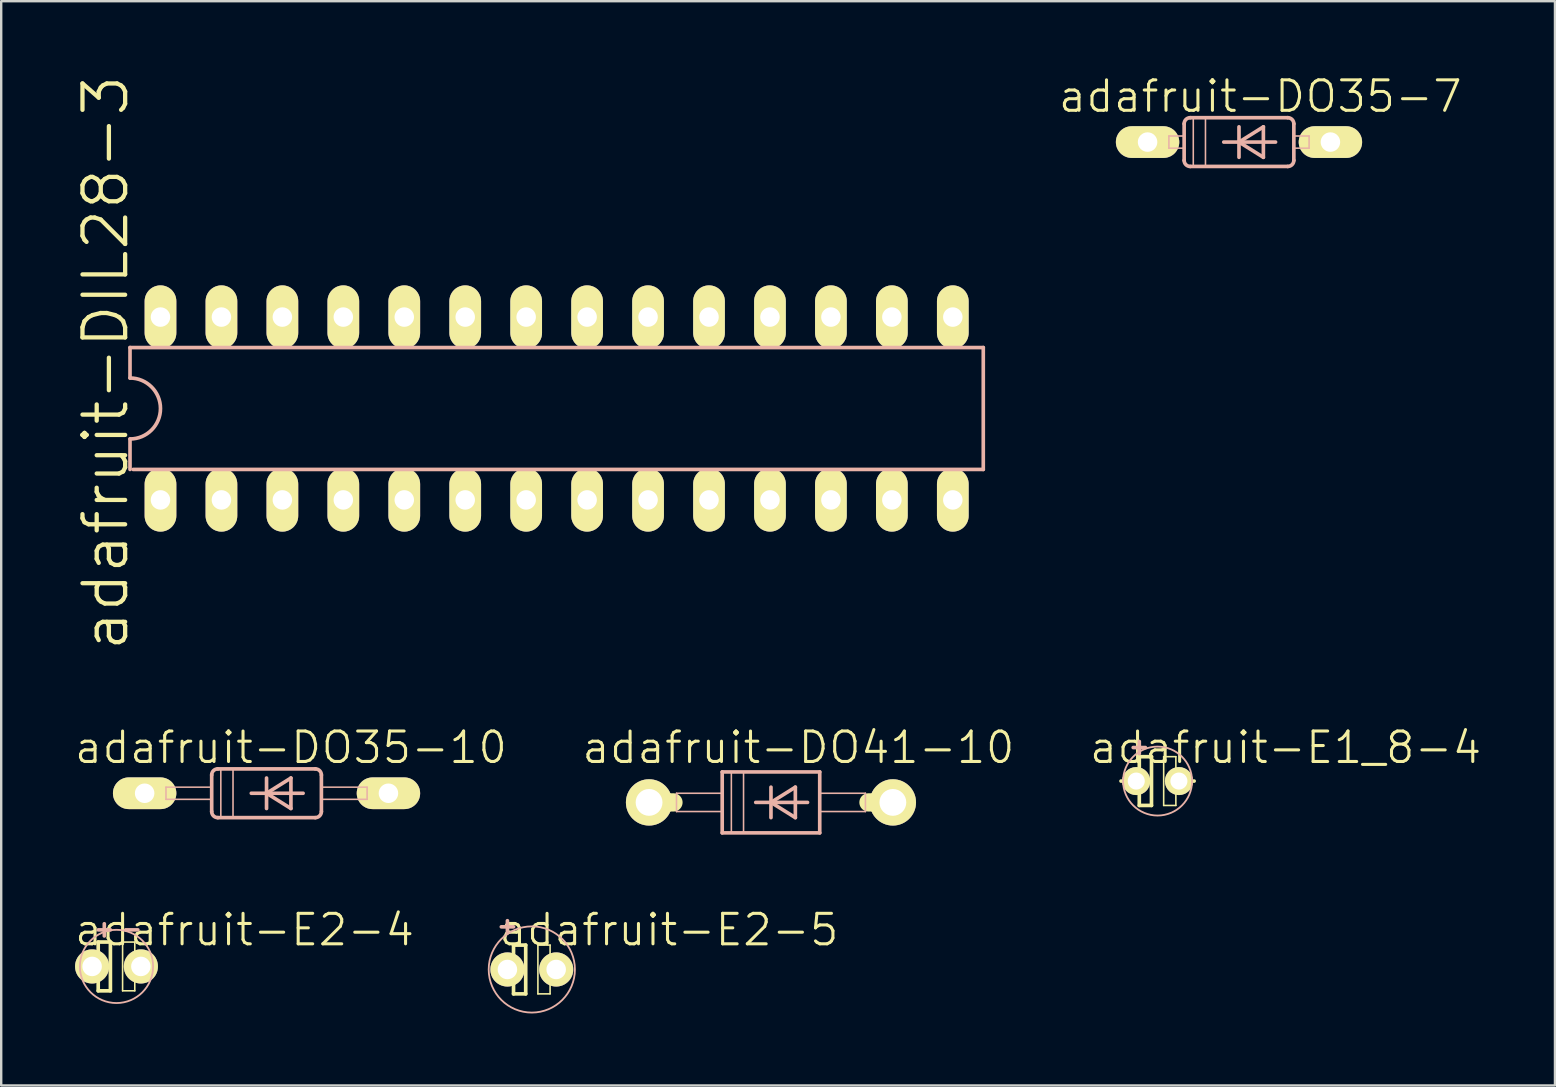
<source format=kicad_pcb>
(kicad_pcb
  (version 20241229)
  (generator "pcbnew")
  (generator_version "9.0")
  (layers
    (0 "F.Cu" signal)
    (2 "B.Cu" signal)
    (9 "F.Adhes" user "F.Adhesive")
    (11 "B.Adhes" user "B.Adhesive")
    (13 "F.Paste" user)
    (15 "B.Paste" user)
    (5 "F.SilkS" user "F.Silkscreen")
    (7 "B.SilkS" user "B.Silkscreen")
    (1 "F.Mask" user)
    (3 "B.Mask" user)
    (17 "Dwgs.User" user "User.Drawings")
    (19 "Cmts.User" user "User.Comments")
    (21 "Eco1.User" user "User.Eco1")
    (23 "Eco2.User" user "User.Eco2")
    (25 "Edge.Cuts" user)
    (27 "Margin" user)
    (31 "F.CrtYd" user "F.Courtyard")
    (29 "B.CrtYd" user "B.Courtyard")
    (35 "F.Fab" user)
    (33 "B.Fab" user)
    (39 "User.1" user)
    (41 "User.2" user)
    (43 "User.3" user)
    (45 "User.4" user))
  (footprint "adafruit-E2-5"
    (layer "F.Cu")
    (at 19.113 37.353)
    (property "Reference" "adafruit-E2-5" (at 5.715 -1.651 0) (layer "F.SilkS") (effects (font (size 1.27 1.27) (thickness 0.127))))
    (attr exclude_from_pos_files exclude_from_bom)
    (fp_line (start -1.524 0) (end -0.762 0) (stroke (width 0.152) (type solid)) (layer "F.SilkS"))
    (fp_line (start -0.762 -1.016) (end -0.762 0) (stroke (width 0.152) (type solid)) (layer "F.SilkS"))
    (fp_line (start -0.762 0) (end -0.762 1.016) (stroke (width 0.152) (type solid)) (layer "F.SilkS"))
    (fp_line (start -0.762 1.016) (end -0.254 1.016) (stroke (width 0.152) (type solid)) (layer "F.SilkS"))
    (fp_line (start -0.254 -1.016) (end -0.762 -1.016) (stroke (width 0.152) (type solid)) (layer "F.SilkS"))
    (fp_line (start -0.254 1.016) (end -0.254 -1.016) (stroke (width 0.152) (type solid)) (layer "F.SilkS"))
    (fp_line (start 0.254 -1.016) (end 0.762 -1.016) (stroke (width 0.066) (type solid)) (layer "F.SilkS"))
    (fp_line (start 0.254 1.016) (end 0.254 -1.016) (stroke (width 0.066) (type solid)) (layer "F.SilkS"))
    (fp_line (start 0.254 1.016) (end 0.762 1.016) (stroke (width 0.066) (type solid)) (layer "F.SilkS"))
    (fp_line (start 0.635 0) (end 1.524 0) (stroke (width 0.152) (type solid)) (layer "F.SilkS"))
    (fp_line (start 0.762 1.016) (end 0.762 -1.016) (stroke (width 0.066) (type solid)) (layer "F.SilkS"))
    (fp_line (start -1.27 -1.778) (end -0.762 -1.778) (stroke (width 0.152) (type solid)) (layer "B.SilkS"))
    (fp_line (start -1.016 -1.524) (end -1.016 -2.032) (stroke (width 0.152) (type solid)) (layer "B.SilkS"))
    (fp_circle (center 0 0) (end -1.27 1.27) (stroke (width 0.076) (type solid)) (fill no) (layer "B.SilkS"))
    (pad "+" thru_hole circle (at -1.016 0) (size 1.422 1.422) (drill 0.813) (layers "*.Cu" "F.Mask" "F.SilkS" "F.Paste"))
    (pad "-" thru_hole circle (at 1.016 0) (size 1.422 1.422) (drill 0.813) (layers "*.Cu" "F.Mask" "F.SilkS" "F.Paste")))
  (footprint "adafruit-E2-4"
    (layer "F.Cu")
    (at 1.805 37.226)
    (property "Reference" "adafruit-E2-4" (at 5.334 -1.524 0) (layer "F.SilkS") (effects (font (size 1.27 1.27) (thickness 0.127))))
    (attr exclude_from_pos_files exclude_from_bom)
    (fp_line (start -1.524 0) (end -0.762 0) (stroke (width 0.152) (type solid)) (layer "F.SilkS"))
    (fp_line (start -0.762 -1.016) (end -0.762 0) (stroke (width 0.152) (type solid)) (layer "F.SilkS"))
    (fp_line (start -0.762 0) (end -0.762 1.016) (stroke (width 0.152) (type solid)) (layer "F.SilkS"))
    (fp_line (start -0.762 1.016) (end -0.254 1.016) (stroke (width 0.152) (type solid)) (layer "F.SilkS"))
    (fp_line (start -0.254 -1.016) (end -0.762 -1.016) (stroke (width 0.152) (type solid)) (layer "F.SilkS"))
    (fp_line (start -0.254 1.016) (end -0.254 -1.016) (stroke (width 0.152) (type solid)) (layer "F.SilkS"))
    (fp_line (start 0.254 -1.016) (end 0.762 -1.016) (stroke (width 0.066) (type solid)) (layer "F.SilkS"))
    (fp_line (start 0.254 1.016) (end 0.254 -1.016) (stroke (width 0.066) (type solid)) (layer "F.SilkS"))
    (fp_line (start 0.254 1.016) (end 0.762 1.016) (stroke (width 0.066) (type solid)) (layer "F.SilkS"))
    (fp_line (start 0.635 0) (end 1.524 0) (stroke (width 0.152) (type solid)) (layer "F.SilkS"))
    (fp_line (start 0.762 1.016) (end 0.762 -1.016) (stroke (width 0.066) (type solid)) (layer "F.SilkS"))
    (fp_line (start -0.762 -1.524) (end -0.254 -1.524) (stroke (width 0.152) (type solid)) (layer "B.SilkS"))
    (fp_line (start -0.508 -1.27) (end -0.508 -1.778) (stroke (width 0.152) (type solid)) (layer "B.SilkS"))
    (fp_line (start 0.381 -1.524) (end 0.889 -1.524) (stroke (width 0.152) (type solid)) (layer "B.SilkS"))
    (fp_circle (center 0 0) (end -1.079 1.079) (stroke (width 0.076) (type solid)) (fill no) (layer "B.SilkS"))
    (pad "+" thru_hole circle (at -1.016 0) (size 1.422 1.422) (drill 0.813) (layers "*.Cu" "F.Mask" "F.SilkS" "F.Paste"))
    (pad "-" thru_hole circle (at 1.016 0) (size 1.422 1.422) (drill 0.813) (layers "*.Cu" "F.Mask" "F.SilkS" "F.Paste")))
  (footprint "adafruit-DO35-10"
    (layer "F.Cu")
    (at 8.058 30.009)
    (property "Reference" "adafruit-DO35-10" (at 1.016 -1.905 0) (layer "F.SilkS") (effects (font (size 1.27 1.27) (thickness 0.127))))
    (attr exclude_from_pos_files exclude_from_bom)
    (fp_line (start -5.08 0) (end -4.191 0) (stroke (width 0.508) (type solid)) (layer "F.SilkS"))
    (fp_line (start 5.08 0) (end 4.191 0) (stroke (width 0.508) (type solid)) (layer "F.SilkS"))
    (fp_line (start -4.191 -0.254) (end -2.286 -0.254) (stroke (width 0.066) (type solid)) (layer "B.SilkS"))
    (fp_line (start -4.191 0.254) (end -4.191 -0.254) (stroke (width 0.066) (type solid)) (layer "B.SilkS"))
    (fp_line (start -4.191 0.254) (end -2.286 0.254) (stroke (width 0.066) (type solid)) (layer "B.SilkS"))
    (fp_line (start -2.286 -0.762) (end -2.286 0.762) (stroke (width 0.152) (type solid)) (layer "B.SilkS"))
    (fp_line (start -2.286 0.254) (end -2.286 -0.254) (stroke (width 0.066) (type solid)) (layer "B.SilkS"))
    (fp_line (start -2.032 -1.016) (end 2.032 -1.016) (stroke (width 0.152) (type solid)) (layer "B.SilkS"))
    (fp_line (start -2.032 1.016) (end 2.032 1.016) (stroke (width 0.152) (type solid)) (layer "B.SilkS"))
    (fp_line (start -1.905 -1.016) (end -1.397 -1.016) (stroke (width 0.066) (type solid)) (layer "B.SilkS"))
    (fp_line (start -1.905 1.016) (end -1.905 -1.016) (stroke (width 0.066) (type solid)) (layer "B.SilkS"))
    (fp_line (start -1.905 1.016) (end -1.397 1.016) (stroke (width 0.066) (type solid)) (layer "B.SilkS"))
    (fp_line (start -1.397 1.016) (end -1.397 -1.016) (stroke (width 0.066) (type solid)) (layer "B.SilkS"))
    (fp_line (start -0.635 0) (end 0 0) (stroke (width 0.152) (type solid)) (layer "B.SilkS"))
    (fp_line (start 0 -0.635) (end 0 0) (stroke (width 0.152) (type solid)) (layer "B.SilkS"))
    (fp_line (start 0 0) (end 0 0.635) (stroke (width 0.152) (type solid)) (layer "B.SilkS"))
    (fp_line (start 0 0) (end 1.016 -0.635) (stroke (width 0.152) (type solid)) (layer "B.SilkS"))
    (fp_line (start 0 0) (end 1.524 0) (stroke (width 0.152) (type solid)) (layer "B.SilkS"))
    (fp_line (start 1.016 -0.635) (end 1.016 0.635) (stroke (width 0.152) (type solid)) (layer "B.SilkS"))
    (fp_line (start 1.016 0.635) (end 0 0) (stroke (width 0.152) (type solid)) (layer "B.SilkS"))
    (fp_line (start 2.286 -0.254) (end 4.191 -0.254) (stroke (width 0.066) (type solid)) (layer "B.SilkS"))
    (fp_line (start 2.286 0.254) (end 2.286 -0.254) (stroke (width 0.066) (type solid)) (layer "B.SilkS"))
    (fp_line (start 2.286 0.254) (end 4.191 0.254) (stroke (width 0.066) (type solid)) (layer "B.SilkS"))
    (fp_line (start 2.286 0.762) (end 2.286 -0.762) (stroke (width 0.152) (type solid)) (layer "B.SilkS"))
    (fp_line (start 4.191 0.254) (end 4.191 -0.254) (stroke (width 0.066) (type solid)) (layer "B.SilkS"))
    (fp_arc (start -2.286 -0.762) (mid -2.211605 -0.941605) (end -2.032 -1.016) (stroke (width 0.1524) (type solid)) (layer "B.SilkS"))
    (fp_arc (start -2.032 1.016) (mid -2.211605 0.941605) (end -2.286 0.762) (stroke (width 0.1524) (type solid)) (layer "B.SilkS"))
    (fp_arc (start 2.032 -1.016) (mid 2.211605 -0.941605) (end 2.286 -0.762) (stroke (width 0.1524) (type solid)) (layer "B.SilkS"))
    (fp_arc (start 2.286 0.762) (mid 2.211605 0.941605) (end 2.032 1.016) (stroke (width 0.1524) (type solid)) (layer "B.SilkS"))
    (pad "A" thru_hole oval (at 5.08 0 90) (size 1.321 2.642) (drill 0.813) (layers "*.Cu" "F.Mask" "F.SilkS" "F.Paste"))
    (pad "C" thru_hole oval (at -5.08 0 90) (size 1.321 2.642) (drill 0.813) (layers "*.Cu" "F.Mask" "F.SilkS" "F.Paste")))
  (footprint "adafruit-DIL28-3"
    (layer "F.Cu")
    (at 20.148 13.974)
    (property "Reference" "adafruit-DIL28-3" (at -18.796 -1.905 90) (layer "F.SilkS") (effects (font (size 1.778 1.778) (thickness 0.178))))
    (attr exclude_from_pos_files exclude_from_bom)
    (fp_line (start -17.78 -2.54) (end -17.78 -1.27) (stroke (width 0.152) (type solid)) (layer "B.SilkS"))
    (fp_line (start -17.78 -2.54) (end 17.78 -2.54) (stroke (width 0.152) (type solid)) (layer "B.SilkS"))
    (fp_line (start -17.78 1.27) (end -17.78 2.54) (stroke (width 0.152) (type solid)) (layer "B.SilkS"))
    (fp_line (start -17.65 2.54) (end 17.78 2.54) (stroke (width 0.152) (type solid)) (layer "B.SilkS"))
    (fp_line (start 17.78 2.54) (end 17.78 -2.54) (stroke (width 0.152) (type solid)) (layer "B.SilkS"))
    (fp_arc (start -17.78 -1.27) (mid -16.51 0) (end -17.78 1.27) (stroke (width 0.1524) (type solid)) (layer "B.SilkS"))
    (pad "1" thru_hole oval (at -16.51 3.81 180) (size 1.321 2.642) (drill 0.813) (layers "*.Cu" "F.Mask" "F.SilkS" "F.Paste"))
    (pad "2" thru_hole oval (at -13.97 3.81 180) (size 1.321 2.642) (drill 0.813) (layers "*.Cu" "F.Mask" "F.SilkS" "F.Paste"))
    (pad "3" thru_hole oval (at -11.43 3.81 180) (size 1.321 2.642) (drill 0.813) (layers "*.Cu" "F.Mask" "F.SilkS" "F.Paste"))
    (pad "4" thru_hole oval (at -8.89 3.81 180) (size 1.321 2.642) (drill 0.813) (layers "*.Cu" "F.Mask" "F.SilkS" "F.Paste"))
    (pad "5" thru_hole oval (at -6.35 3.81 180) (size 1.321 2.642) (drill 0.813) (layers "*.Cu" "F.Mask" "F.SilkS" "F.Paste"))
    (pad "6" thru_hole oval (at -3.81 3.81 180) (size 1.321 2.642) (drill 0.813) (layers "*.Cu" "F.Mask" "F.SilkS" "F.Paste"))
    (pad "7" thru_hole oval (at -1.27 3.81 180) (size 1.321 2.642) (drill 0.813) (layers "*.Cu" "F.Mask" "F.SilkS" "F.Paste"))
    (pad "8" thru_hole oval (at 1.27 3.81 180) (size 1.321 2.642) (drill 0.813) (layers "*.Cu" "F.Mask" "F.SilkS" "F.Paste"))
    (pad "9" thru_hole oval (at 3.81 3.81 180) (size 1.321 2.642) (drill 0.813) (layers "*.Cu" "F.Mask" "F.SilkS" "F.Paste"))
    (pad "10" thru_hole oval (at 6.35 3.81 180) (size 1.321 2.642) (drill 0.813) (layers "*.Cu" "F.Mask" "F.SilkS" "F.Paste"))
    (pad "11" thru_hole oval (at 8.89 3.81 180) (size 1.321 2.642) (drill 0.813) (layers "*.Cu" "F.Mask" "F.SilkS" "F.Paste"))
    (pad "12" thru_hole oval (at 11.43 3.81 180) (size 1.321 2.642) (drill 0.813) (layers "*.Cu" "F.Mask" "F.SilkS" "F.Paste"))
    (pad "13" thru_hole oval (at 13.97 3.81 180) (size 1.321 2.642) (drill 0.813) (layers "*.Cu" "F.Mask" "F.SilkS" "F.Paste"))
    (pad "14" thru_hole oval (at 16.51 3.81 180) (size 1.321 2.642) (drill 0.813) (layers "*.Cu" "F.Mask" "F.SilkS" "F.Paste"))
    (pad "15" thru_hole oval (at 16.51 -3.81 180) (size 1.321 2.642) (drill 0.813) (layers "*.Cu" "F.Mask" "F.SilkS" "F.Paste"))
    (pad "16" thru_hole oval (at 13.97 -3.81 180) (size 1.321 2.642) (drill 0.813) (layers "*.Cu" "F.Mask" "F.SilkS" "F.Paste"))
    (pad "17" thru_hole oval (at 11.43 -3.81 180) (size 1.321 2.642) (drill 0.813) (layers "*.Cu" "F.Mask" "F.SilkS" "F.Paste"))
    (pad "18" thru_hole oval (at 8.89 -3.81 180) (size 1.321 2.642) (drill 0.813) (layers "*.Cu" "F.Mask" "F.SilkS" "F.Paste"))
    (pad "19" thru_hole oval (at 6.35 -3.81 180) (size 1.321 2.642) (drill 0.813) (layers "*.Cu" "F.Mask" "F.SilkS" "F.Paste"))
    (pad "20" thru_hole oval (at 3.81 -3.81 180) (size 1.321 2.642) (drill 0.813) (layers "*.Cu" "F.Mask" "F.SilkS" "F.Paste"))
    (pad "21" thru_hole oval (at 1.27 -3.81 180) (size 1.321 2.642) (drill 0.813) (layers "*.Cu" "F.Mask" "F.SilkS" "F.Paste"))
    (pad "22" thru_hole oval (at -1.27 -3.81 180) (size 1.321 2.642) (drill 0.813) (layers "*.Cu" "F.Mask" "F.SilkS" "F.Paste"))
    (pad "23" thru_hole oval (at -3.81 -3.81 180) (size 1.321 2.642) (drill 0.813) (layers "*.Cu" "F.Mask" "F.SilkS" "F.Paste"))
    (pad "24" thru_hole oval (at -6.35 -3.81 180) (size 1.321 2.642) (drill 0.813) (layers "*.Cu" "F.Mask" "F.SilkS" "F.Paste"))
    (pad "25" thru_hole oval (at -8.89 -3.81 180) (size 1.321 2.642) (drill 0.813) (layers "*.Cu" "F.Mask" "F.SilkS" "F.Paste"))
    (pad "26" thru_hole oval (at -11.43 -3.81 180) (size 1.321 2.642) (drill 0.813) (layers "*.Cu" "F.Mask" "F.SilkS" "F.Paste"))
    (pad "27" thru_hole oval (at -13.97 -3.81 180) (size 1.321 2.642) (drill 0.813) (layers "*.Cu" "F.Mask" "F.SilkS" "F.Paste"))
    (pad "28" thru_hole oval (at -16.51 -3.81 180) (size 1.321 2.642) (drill 0.813) (layers "*.Cu" "F.Mask" "F.SilkS" "F.Paste")))
  (footprint "adafruit-DO35-7"
    (layer "F.Cu")
    (at 48.585 2.871)
    (property "Reference" "adafruit-DO35-7" (at 0.889 -1.905 0) (layer "F.SilkS") (effects (font (size 1.27 1.27) (thickness 0.127))))
    (attr exclude_from_pos_files exclude_from_bom)
    (fp_line (start -3.81 0) (end -2.921 0) (stroke (width 0.508) (type solid)) (layer "F.SilkS"))
    (fp_line (start 3.81 0) (end 2.921 0) (stroke (width 0.508) (type solid)) (layer "F.SilkS"))
    (fp_line (start -2.921 -0.254) (end -2.286 -0.254) (stroke (width 0.066) (type solid)) (layer "B.SilkS"))
    (fp_line (start -2.921 0.254) (end -2.921 -0.254) (stroke (width 0.066) (type solid)) (layer "B.SilkS"))
    (fp_line (start -2.921 0.254) (end -2.286 0.254) (stroke (width 0.066) (type solid)) (layer "B.SilkS"))
    (fp_line (start -2.286 -0.762) (end -2.286 0.762) (stroke (width 0.152) (type solid)) (layer "B.SilkS"))
    (fp_line (start -2.286 0.254) (end -2.286 -0.254) (stroke (width 0.066) (type solid)) (layer "B.SilkS"))
    (fp_line (start -2.032 -1.016) (end 2.032 -1.016) (stroke (width 0.152) (type solid)) (layer "B.SilkS"))
    (fp_line (start -2.032 1.016) (end 2.032 1.016) (stroke (width 0.152) (type solid)) (layer "B.SilkS"))
    (fp_line (start -1.905 -1.016) (end -1.397 -1.016) (stroke (width 0.066) (type solid)) (layer "B.SilkS"))
    (fp_line (start -1.905 1.016) (end -1.905 -1.016) (stroke (width 0.066) (type solid)) (layer "B.SilkS"))
    (fp_line (start -1.905 1.016) (end -1.397 1.016) (stroke (width 0.066) (type solid)) (layer "B.SilkS"))
    (fp_line (start -1.397 1.016) (end -1.397 -1.016) (stroke (width 0.066) (type solid)) (layer "B.SilkS"))
    (fp_line (start -0.635 0) (end 0 0) (stroke (width 0.152) (type solid)) (layer "B.SilkS"))
    (fp_line (start 0 -0.635) (end 0 0) (stroke (width 0.152) (type solid)) (layer "B.SilkS"))
    (fp_line (start 0 0) (end 0 0.635) (stroke (width 0.152) (type solid)) (layer "B.SilkS"))
    (fp_line (start 0 0) (end 1.016 -0.635) (stroke (width 0.152) (type solid)) (layer "B.SilkS"))
    (fp_line (start 0 0) (end 1.524 0) (stroke (width 0.152) (type solid)) (layer "B.SilkS"))
    (fp_line (start 1.016 -0.635) (end 1.016 0.635) (stroke (width 0.152) (type solid)) (layer "B.SilkS"))
    (fp_line (start 1.016 0.635) (end 0 0) (stroke (width 0.152) (type solid)) (layer "B.SilkS"))
    (fp_line (start 2.286 -0.762) (end 2.286 0.762) (stroke (width 0.152) (type solid)) (layer "B.SilkS"))
    (fp_line (start 2.286 -0.254) (end 2.921 -0.254) (stroke (width 0.066) (type solid)) (layer "B.SilkS"))
    (fp_line (start 2.286 0.254) (end 2.286 -0.254) (stroke (width 0.066) (type solid)) (layer "B.SilkS"))
    (fp_line (start 2.286 0.254) (end 2.921 0.254) (stroke (width 0.066) (type solid)) (layer "B.SilkS"))
    (fp_line (start 2.921 0.254) (end 2.921 -0.254) (stroke (width 0.066) (type solid)) (layer "B.SilkS"))
    (fp_arc (start -2.286 -0.762) (mid -2.211605 -0.941605) (end -2.032 -1.016) (stroke (width 0.1524) (type solid)) (layer "B.SilkS"))
    (fp_arc (start -2.032 1.016) (mid -2.211605 0.941605) (end -2.286 0.762) (stroke (width 0.1524) (type solid)) (layer "B.SilkS"))
    (fp_arc (start 2.032 -1.016) (mid 2.211605 -0.941605) (end 2.286 -0.762) (stroke (width 0.1524) (type solid)) (layer "B.SilkS"))
    (fp_arc (start 2.286 0.762) (mid 2.211605 0.941605) (end 2.032 1.016) (stroke (width 0.1524) (type solid)) (layer "B.SilkS"))
    (pad "A" thru_hole oval (at 3.81 0 90) (size 1.321 2.642) (drill 0.813) (layers "*.Cu" "F.Mask" "F.SilkS" "F.Paste"))
    (pad "C" thru_hole oval (at -3.81 0 90) (size 1.321 2.642) (drill 0.813) (layers "*.Cu" "F.Mask" "F.SilkS" "F.Paste")))
  (footprint "adafruit-DO41-10"
    (layer "F.Cu")
    (at 29.08 30.39)
    (property "Reference" "adafruit-DO41-10" (at 1.143 -2.286 0) (layer "F.SilkS") (effects (font (size 1.27 1.27) (thickness 0.127))))
    (attr exclude_from_pos_files exclude_from_bom)
    (fp_line (start -5.08 0) (end -4.064 0) (stroke (width 0.762) (type solid)) (layer "F.SilkS"))
    (fp_line (start 5.08 0) (end 4.064 0) (stroke (width 0.762) (type solid)) (layer "F.SilkS"))
    (fp_line (start -3.937 -0.381) (end -2.032 -0.381) (stroke (width 0.066) (type solid)) (layer "B.SilkS"))
    (fp_line (start -3.937 0.381) (end -3.937 -0.381) (stroke (width 0.066) (type solid)) (layer "B.SilkS"))
    (fp_line (start -3.937 0.381) (end -2.032 0.381) (stroke (width 0.066) (type solid)) (layer "B.SilkS"))
    (fp_line (start -2.032 -1.27) (end -2.032 1.27) (stroke (width 0.152) (type solid)) (layer "B.SilkS"))
    (fp_line (start -2.032 -1.27) (end 2.032 -1.27) (stroke (width 0.152) (type solid)) (layer "B.SilkS"))
    (fp_line (start -2.032 0.381) (end -2.032 -0.381) (stroke (width 0.066) (type solid)) (layer "B.SilkS"))
    (fp_line (start -1.651 -1.27) (end -1.143 -1.27) (stroke (width 0.066) (type solid)) (layer "B.SilkS"))
    (fp_line (start -1.651 1.27) (end -1.651 -1.27) (stroke (width 0.066) (type solid)) (layer "B.SilkS"))
    (fp_line (start -1.651 1.27) (end -1.143 1.27) (stroke (width 0.066) (type solid)) (layer "B.SilkS"))
    (fp_line (start -1.143 1.27) (end -1.143 -1.27) (stroke (width 0.066) (type solid)) (layer "B.SilkS"))
    (fp_line (start -0.635 0) (end 0 0) (stroke (width 0.152) (type solid)) (layer "B.SilkS"))
    (fp_line (start 0 -0.635) (end 0 0) (stroke (width 0.152) (type solid)) (layer "B.SilkS"))
    (fp_line (start 0 0) (end 0 0.635) (stroke (width 0.152) (type solid)) (layer "B.SilkS"))
    (fp_line (start 0 0) (end 1.016 -0.635) (stroke (width 0.152) (type solid)) (layer "B.SilkS"))
    (fp_line (start 0 0) (end 1.524 0) (stroke (width 0.152) (type solid)) (layer "B.SilkS"))
    (fp_line (start 1.016 -0.635) (end 1.016 0.635) (stroke (width 0.152) (type solid)) (layer "B.SilkS"))
    (fp_line (start 1.016 0.635) (end 0 0) (stroke (width 0.152) (type solid)) (layer "B.SilkS"))
    (fp_line (start 2.032 -0.381) (end 3.937 -0.381) (stroke (width 0.066) (type solid)) (layer "B.SilkS"))
    (fp_line (start 2.032 0.381) (end 2.032 -0.381) (stroke (width 0.066) (type solid)) (layer "B.SilkS"))
    (fp_line (start 2.032 0.381) (end 3.937 0.381) (stroke (width 0.066) (type solid)) (layer "B.SilkS"))
    (fp_line (start 2.032 1.27) (end -2.032 1.27) (stroke (width 0.152) (type solid)) (layer "B.SilkS"))
    (fp_line (start 2.032 1.27) (end 2.032 -1.27) (stroke (width 0.152) (type solid)) (layer "B.SilkS"))
    (fp_line (start 3.937 0.381) (end 3.937 -0.381) (stroke (width 0.066) (type solid)) (layer "B.SilkS"))
    (pad "A" thru_hole circle (at 5.08 0) (size 1.93 1.93) (drill 1.118) (layers "*.Cu" "F.Mask" "F.SilkS" "F.Paste"))
    (pad "C" thru_hole circle (at -5.08 0) (size 1.93 1.93) (drill 1.118) (layers "*.Cu" "F.Mask" "F.SilkS" "F.Paste")))
  (footprint "adafruit-E1_8-4"
    (layer "F.Cu")
    (at 45.192 29.501)
    (property "Reference" "adafruit-E1_8-4" (at 5.334 -1.397 0) (layer "F.SilkS") (effects (font (size 1.27 1.27) (thickness 0.127))))
    (attr exclude_from_pos_files exclude_from_bom)
    (fp_line (start -1.524 0) (end -0.762 0) (stroke (width 0.152) (type solid)) (layer "F.SilkS"))
    (fp_line (start -0.762 -1.016) (end -0.762 0) (stroke (width 0.152) (type solid)) (layer "F.SilkS"))
    (fp_line (start -0.762 0) (end -0.762 1.016) (stroke (width 0.152) (type solid)) (layer "F.SilkS"))
    (fp_line (start -0.762 1.016) (end -0.254 1.016) (stroke (width 0.152) (type solid)) (layer "F.SilkS"))
    (fp_line (start -0.254 -1.016) (end -0.762 -1.016) (stroke (width 0.152) (type solid)) (layer "F.SilkS"))
    (fp_line (start -0.254 1.016) (end -0.254 -1.016) (stroke (width 0.152) (type solid)) (layer "F.SilkS"))
    (fp_line (start 0.254 -1.016) (end 0.762 -1.016) (stroke (width 0.066) (type solid)) (layer "F.SilkS"))
    (fp_line (start 0.254 1.016) (end 0.254 -1.016) (stroke (width 0.066) (type solid)) (layer "F.SilkS"))
    (fp_line (start 0.254 1.016) (end 0.762 1.016) (stroke (width 0.066) (type solid)) (layer "F.SilkS"))
    (fp_line (start 0.635 0) (end 1.524 0) (stroke (width 0.152) (type solid)) (layer "F.SilkS"))
    (fp_line (start 0.762 1.016) (end 0.762 -1.016) (stroke (width 0.066) (type solid)) (layer "F.SilkS"))
    (fp_line (start -1.016 -1.397) (end -0.508 -1.397) (stroke (width 0.152) (type solid)) (layer "B.SilkS"))
    (fp_line (start -0.762 -1.143) (end -0.762 -1.651) (stroke (width 0.152) (type solid)) (layer "B.SilkS"))
    (fp_circle (center 0 0) (end -1.016 1.016) (stroke (width 0.076) (type solid)) (fill no) (layer "B.SilkS"))
    (pad "+" thru_hole circle (at -0.889 0) (size 1.168 1.168) (drill 0.711) (layers "*.Cu" "F.Mask" "F.SilkS" "F.Paste"))
    (pad "-" thru_hole circle (at 0.889 0) (size 1.168 1.168) (drill 0.711) (layers "*.Cu" "F.Mask" "F.SilkS" "F.Paste")))
  (gr_rect
    (start -3 -3)
    (end 61.753 42.187)
    (stroke (width 0.1) (type default))
    (fill no)
    (layer "Edge.Cuts")))
</source>
